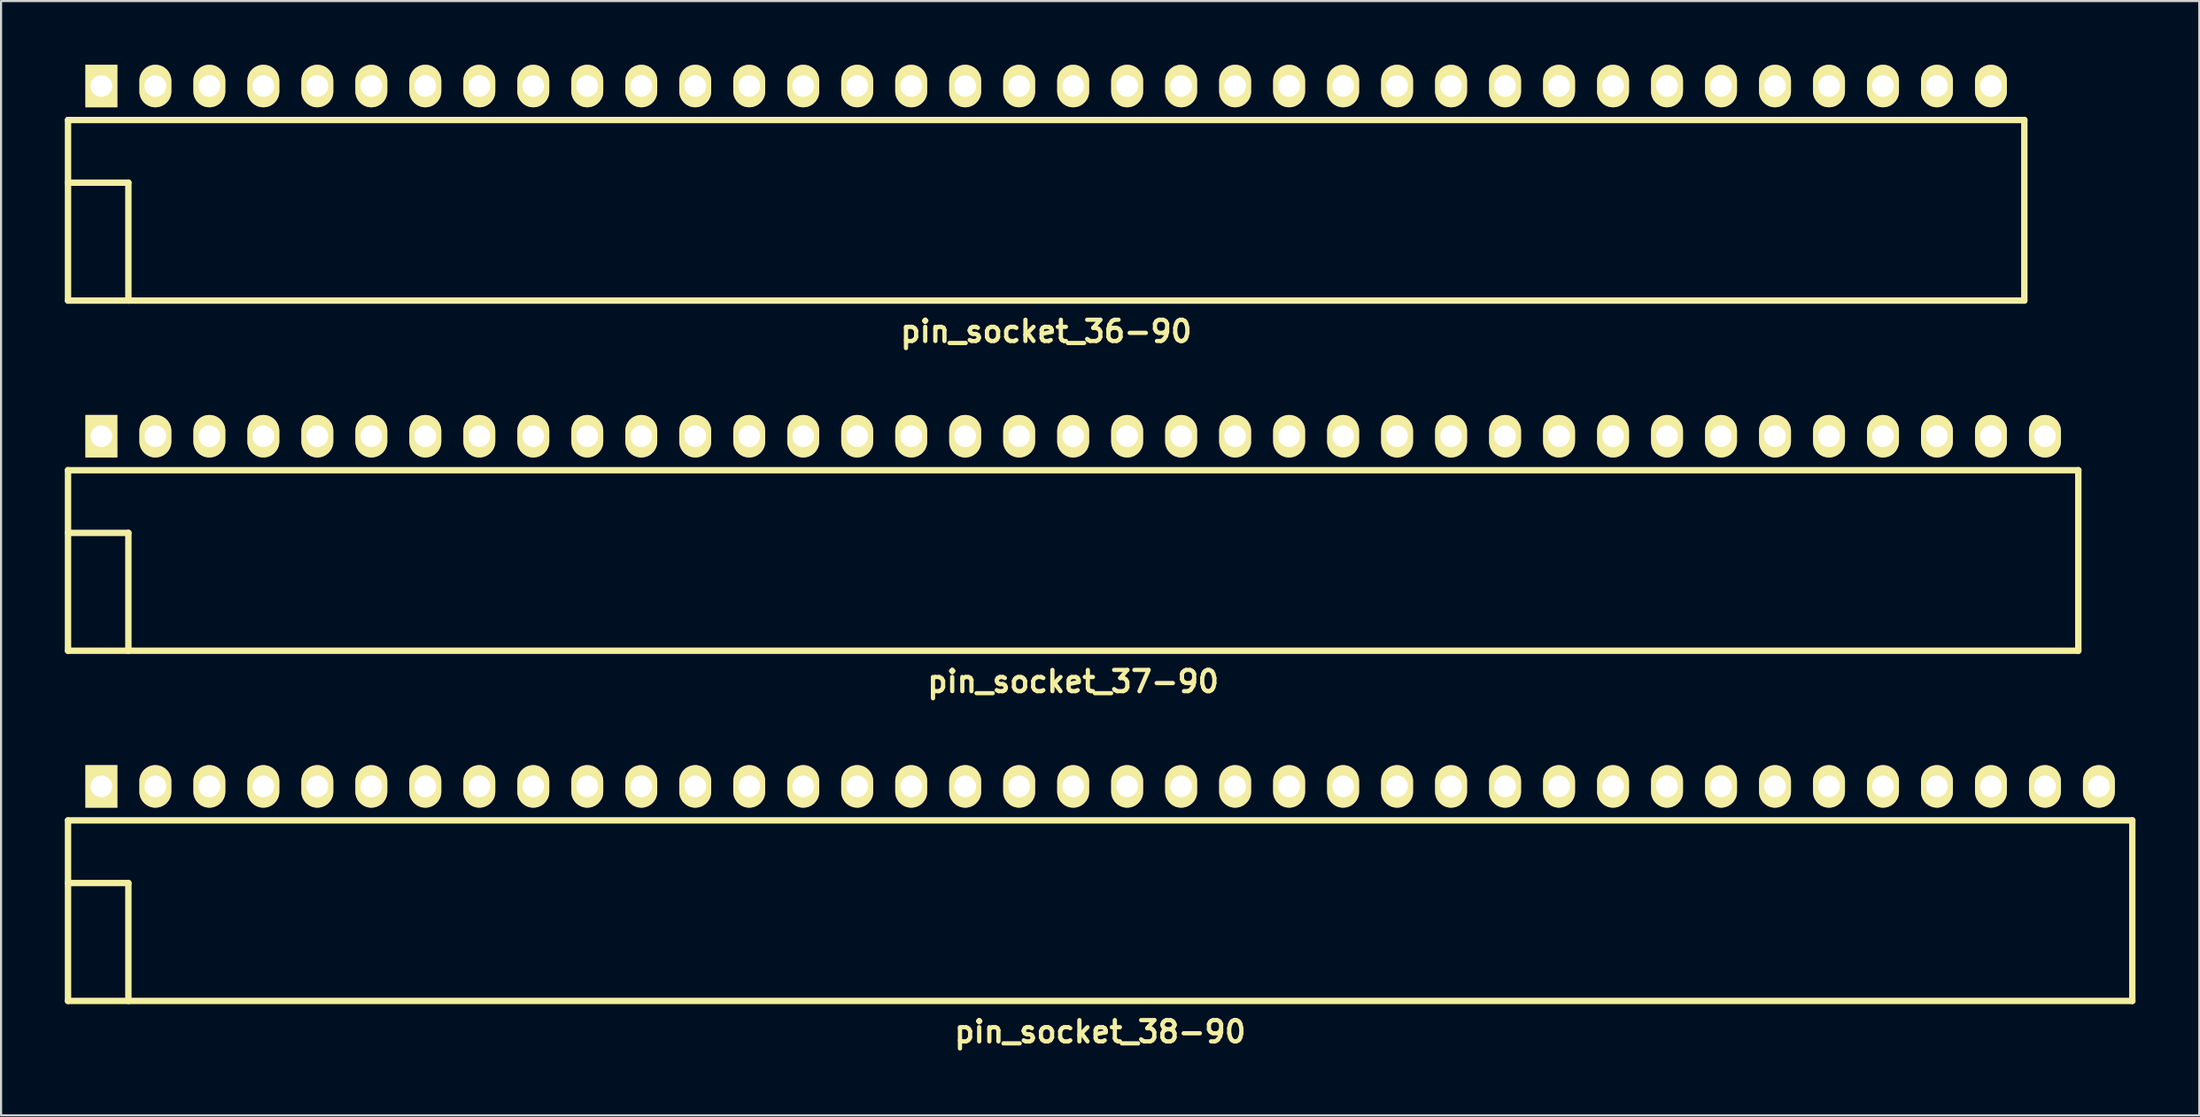
<source format=kicad_pcb>
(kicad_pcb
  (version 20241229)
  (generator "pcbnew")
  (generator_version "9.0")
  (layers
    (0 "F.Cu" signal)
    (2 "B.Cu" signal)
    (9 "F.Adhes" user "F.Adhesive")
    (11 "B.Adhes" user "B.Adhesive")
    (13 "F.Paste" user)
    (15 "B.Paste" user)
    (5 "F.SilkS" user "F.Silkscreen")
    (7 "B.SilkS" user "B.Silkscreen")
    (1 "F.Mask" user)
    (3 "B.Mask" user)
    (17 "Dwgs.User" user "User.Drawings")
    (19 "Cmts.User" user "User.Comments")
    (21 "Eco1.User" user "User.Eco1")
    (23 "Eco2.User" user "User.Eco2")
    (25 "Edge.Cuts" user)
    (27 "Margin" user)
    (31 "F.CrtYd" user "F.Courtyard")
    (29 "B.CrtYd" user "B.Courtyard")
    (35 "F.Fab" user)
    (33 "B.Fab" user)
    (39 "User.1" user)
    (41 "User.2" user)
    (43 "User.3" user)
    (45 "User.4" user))
  (footprint "pin_socket_37-90"
    (layer "F.Cu")
    (at 47.44 22.036)
    (property "Reference" "pin_socket_37-90" (at 0 7 0) (layer "F.SilkS") (effects (font (size 1 1) (thickness 0.2))))
    (attr through_hole)
    (fp_line (start -47.29 -2.95) (end -47.29 5.55) (stroke (width 0.3) (type solid)) (layer "F.SilkS"))
    (fp_line (start -47.29 -2.95) (end 47.29 -2.95) (stroke (width 0.3) (type solid)) (layer "F.SilkS"))
    (fp_line (start -47.29 0) (end -44.45 0) (stroke (width 0.3) (type solid)) (layer "F.SilkS"))
    (fp_line (start -47.29 5.55) (end 47.29 5.55) (stroke (width 0.3) (type solid)) (layer "F.SilkS"))
    (fp_line (start -44.45 0) (end -44.45 5.55) (stroke (width 0.3) (type solid)) (layer "F.SilkS"))
    (fp_line (start 47.29 -2.95) (end 47.29 5.55) (stroke (width 0.3) (type solid)) (layer "F.SilkS"))
    (pad "1" thru_hole rect (at -45.72 -4.55) (size 1.5 2) (drill 1.02) (layers "*.Cu" "*.Mask" "F.SilkS"))
    (pad "2" thru_hole oval (at -43.18 -4.55) (size 1.5 2) (drill 1.02) (layers "*.Cu" "*.Mask" "F.SilkS"))
    (pad "3" thru_hole oval (at -40.64 -4.55) (size 1.5 2) (drill 1.02) (layers "*.Cu" "*.Mask" "F.SilkS"))
    (pad "4" thru_hole oval (at -38.1 -4.55) (size 1.5 2) (drill 1.02) (layers "*.Cu" "*.Mask" "F.SilkS"))
    (pad "5" thru_hole oval (at -35.56 -4.55) (size 1.5 2) (drill 1.02) (layers "*.Cu" "*.Mask" "F.SilkS"))
    (pad "6" thru_hole oval (at -33.02 -4.55) (size 1.5 2) (drill 1.02) (layers "*.Cu" "*.Mask" "F.SilkS"))
    (pad "7" thru_hole oval (at -30.48 -4.55) (size 1.5 2) (drill 1.02) (layers "*.Cu" "*.Mask" "F.SilkS"))
    (pad "8" thru_hole oval (at -27.94 -4.55) (size 1.5 2) (drill 1.02) (layers "*.Cu" "*.Mask" "F.SilkS"))
    (pad "9" thru_hole oval (at -25.4 -4.55) (size 1.5 2) (drill 1.02) (layers "*.Cu" "*.Mask" "F.SilkS"))
    (pad "10" thru_hole oval (at -22.86 -4.55) (size 1.5 2) (drill 1.02) (layers "*.Cu" "*.Mask" "F.SilkS"))
    (pad "12" thru_hole oval (at -17.78 -4.55) (size 1.5 2) (drill 1.02) (layers "*.Cu" "*.Mask" "F.SilkS"))
    (pad "13" thru_hole oval (at -15.24 -4.55) (size 1.5 2) (drill 1.02) (layers "*.Cu" "*.Mask" "F.SilkS"))
    (pad "14" thru_hole oval (at -12.7 -4.55) (size 1.5 2) (drill 1.02) (layers "*.Cu" "*.Mask" "F.SilkS"))
    (pad "15" thru_hole oval (at -10.16 -4.55) (size 1.5 2) (drill 1.02) (layers "*.Cu" "*.Mask" "F.SilkS"))
    (pad "16" thru_hole oval (at -7.62 -4.55) (size 1.5 2) (drill 1.02) (layers "*.Cu" "*.Mask" "F.SilkS"))
    (pad "17" thru_hole oval (at -5.08 -4.55) (size 1.5 2) (drill 1.02) (layers "*.Cu" "*.Mask" "F.SilkS"))
    (pad "18" thru_hole oval (at -2.54 -4.55) (size 1.5 2) (drill 1.02) (layers "*.Cu" "*.Mask" "F.SilkS"))
    (pad "19" thru_hole oval (at 0 -4.55) (size 1.5 2) (drill 1.02) (layers "*.Cu" "*.Mask" "F.SilkS"))
    (pad "20" thru_hole oval (at 2.54 -4.55) (size 1.5 2) (drill 1.02) (layers "*.Cu" "*.Mask" "F.SilkS"))
    (pad "21" thru_hole oval (at 5.08 -4.55) (size 1.5 2) (drill 1.02) (layers "*.Cu" "*.Mask" "F.SilkS"))
    (pad "22" thru_hole oval (at 7.62 -4.55) (size 1.5 2) (drill 1.02) (layers "*.Cu" "*.Mask" "F.SilkS"))
    (pad "23" thru_hole oval (at 10.16 -4.55) (size 1.5 2) (drill 1.02) (layers "*.Cu" "*.Mask" "F.SilkS"))
    (pad "24" thru_hole oval (at 12.7 -4.55) (size 1.5 2) (drill 1.02) (layers "*.Cu" "*.Mask" "F.SilkS"))
    (pad "25" thru_hole oval (at 15.24 -4.55) (size 1.5 2) (drill 1.02) (layers "*.Cu" "*.Mask" "F.SilkS"))
    (pad "26" thru_hole oval (at 17.78 -4.55) (size 1.5 2) (drill 1.02) (layers "*.Cu" "*.Mask" "F.SilkS"))
    (pad "27" thru_hole oval (at 20.32 -4.55) (size 1.5 2) (drill 1.02) (layers "*.Cu" "*.Mask" "F.SilkS"))
    (pad "28" thru_hole oval (at 22.86 -4.55) (size 1.5 2) (drill 1.02) (layers "*.Cu" "*.Mask" "F.SilkS"))
    (pad "29" thru_hole oval (at 25.4 -4.55) (size 1.5 2) (drill 1.02) (layers "*.Cu" "*.Mask" "F.SilkS"))
    (pad "30" thru_hole oval (at 27.94 -4.55) (size 1.5 2) (drill 1.02) (layers "*.Cu" "*.Mask" "F.SilkS"))
    (pad "31" thru_hole oval (at 30.48 -4.55) (size 1.5 2) (drill 1.02) (layers "*.Cu" "*.Mask" "F.SilkS"))
    (pad "32" thru_hole oval (at 33.02 -4.55) (size 1.5 2) (drill 1.02) (layers "*.Cu" "*.Mask" "F.SilkS"))
    (pad "33" thru_hole oval (at 35.56 -4.55) (size 1.5 2) (drill 1.02) (layers "*.Cu" "*.Mask" "F.SilkS"))
    (pad "34" thru_hole oval (at 38.1 -4.55) (size 1.5 2) (drill 1.02) (layers "*.Cu" "*.Mask" "F.SilkS"))
    (pad "35" thru_hole oval (at 40.64 -4.55) (size 1.5 2) (drill 1.02) (layers "*.Cu" "*.Mask" "F.SilkS"))
    (pad "36" thru_hole oval (at 43.18 -4.55) (size 1.5 2) (drill 1.02) (layers "*.Cu" "*.Mask" "F.SilkS"))
    (pad "37" thru_hole oval (at 45.72 -4.55) (size 1.5 2) (drill 1.02) (layers "*.Cu" "*.Mask" "F.SilkS"))
    (pad "1121" thru_hole oval (at -20.32 -4.55) (size 1.5 2) (drill 1.02) (layers "*.Cu" "*.Mask" "F.SilkS")))
  (footprint "pin_socket_38-90"
    (layer "F.Cu")
    (at 48.71 38.522)
    (property "Reference" "pin_socket_38-90" (at 0 7 0) (layer "F.SilkS") (effects (font (size 1 1) (thickness 0.2))))
    (attr through_hole)
    (fp_line (start -48.56 -2.95) (end -48.56 5.55) (stroke (width 0.3) (type solid)) (layer "F.SilkS"))
    (fp_line (start -48.56 -2.95) (end 48.56 -2.95) (stroke (width 0.3) (type solid)) (layer "F.SilkS"))
    (fp_line (start -48.56 0) (end -45.72 0) (stroke (width 0.3) (type solid)) (layer "F.SilkS"))
    (fp_line (start -48.56 5.55) (end 48.56 5.55) (stroke (width 0.3) (type solid)) (layer "F.SilkS"))
    (fp_line (start -45.72 0) (end -45.72 5.55) (stroke (width 0.3) (type solid)) (layer "F.SilkS"))
    (fp_line (start 48.56 -2.95) (end 48.56 5.55) (stroke (width 0.3) (type solid)) (layer "F.SilkS"))
    (pad "1" thru_hole rect (at -46.99 -4.55) (size 1.5 2) (drill 1.02) (layers "*.Cu" "*.Mask" "F.SilkS"))
    (pad "2" thru_hole oval (at -44.45 -4.55) (size 1.5 2) (drill 1.02) (layers "*.Cu" "*.Mask" "F.SilkS"))
    (pad "3" thru_hole oval (at -41.91 -4.55) (size 1.5 2) (drill 1.02) (layers "*.Cu" "*.Mask" "F.SilkS"))
    (pad "4" thru_hole oval (at -39.37 -4.55) (size 1.5 2) (drill 1.02) (layers "*.Cu" "*.Mask" "F.SilkS"))
    (pad "5" thru_hole oval (at -36.83 -4.55) (size 1.5 2) (drill 1.02) (layers "*.Cu" "*.Mask" "F.SilkS"))
    (pad "6" thru_hole oval (at -34.29 -4.55) (size 1.5 2) (drill 1.02) (layers "*.Cu" "*.Mask" "F.SilkS"))
    (pad "7" thru_hole oval (at -31.75 -4.55) (size 1.5 2) (drill 1.02) (layers "*.Cu" "*.Mask" "F.SilkS"))
    (pad "8" thru_hole oval (at -29.21 -4.55) (size 1.5 2) (drill 1.02) (layers "*.Cu" "*.Mask" "F.SilkS"))
    (pad "9" thru_hole oval (at -26.67 -4.55) (size 1.5 2) (drill 1.02) (layers "*.Cu" "*.Mask" "F.SilkS"))
    (pad "10" thru_hole oval (at -24.13 -4.55) (size 1.5 2) (drill 1.02) (layers "*.Cu" "*.Mask" "F.SilkS"))
    (pad "12" thru_hole oval (at -19.05 -4.55) (size 1.5 2) (drill 1.02) (layers "*.Cu" "*.Mask" "F.SilkS"))
    (pad "13" thru_hole oval (at -16.51 -4.55) (size 1.5 2) (drill 1.02) (layers "*.Cu" "*.Mask" "F.SilkS"))
    (pad "14" thru_hole oval (at -13.97 -4.55) (size 1.5 2) (drill 1.02) (layers "*.Cu" "*.Mask" "F.SilkS"))
    (pad "15" thru_hole oval (at -11.43 -4.55) (size 1.5 2) (drill 1.02) (layers "*.Cu" "*.Mask" "F.SilkS"))
    (pad "16" thru_hole oval (at -8.89 -4.55) (size 1.5 2) (drill 1.02) (layers "*.Cu" "*.Mask" "F.SilkS"))
    (pad "17" thru_hole oval (at -6.35 -4.55) (size 1.5 2) (drill 1.02) (layers "*.Cu" "*.Mask" "F.SilkS"))
    (pad "18" thru_hole oval (at -3.81 -4.55) (size 1.5 2) (drill 1.02) (layers "*.Cu" "*.Mask" "F.SilkS"))
    (pad "19" thru_hole oval (at -1.27 -4.55) (size 1.5 2) (drill 1.02) (layers "*.Cu" "*.Mask" "F.SilkS"))
    (pad "20" thru_hole oval (at 1.27 -4.55) (size 1.5 2) (drill 1.02) (layers "*.Cu" "*.Mask" "F.SilkS"))
    (pad "21" thru_hole oval (at 3.81 -4.55) (size 1.5 2) (drill 1.02) (layers "*.Cu" "*.Mask" "F.SilkS"))
    (pad "22" thru_hole oval (at 6.35 -4.55) (size 1.5 2) (drill 1.02) (layers "*.Cu" "*.Mask" "F.SilkS"))
    (pad "23" thru_hole oval (at 8.89 -4.55) (size 1.5 2) (drill 1.02) (layers "*.Cu" "*.Mask" "F.SilkS"))
    (pad "24" thru_hole oval (at 11.43 -4.55) (size 1.5 2) (drill 1.02) (layers "*.Cu" "*.Mask" "F.SilkS"))
    (pad "25" thru_hole oval (at 13.97 -4.55) (size 1.5 2) (drill 1.02) (layers "*.Cu" "*.Mask" "F.SilkS"))
    (pad "26" thru_hole oval (at 16.51 -4.55) (size 1.5 2) (drill 1.02) (layers "*.Cu" "*.Mask" "F.SilkS"))
    (pad "27" thru_hole oval (at 19.05 -4.55) (size 1.5 2) (drill 1.02) (layers "*.Cu" "*.Mask" "F.SilkS"))
    (pad "28" thru_hole oval (at 21.59 -4.55) (size 1.5 2) (drill 1.02) (layers "*.Cu" "*.Mask" "F.SilkS"))
    (pad "29" thru_hole oval (at 24.13 -4.55) (size 1.5 2) (drill 1.02) (layers "*.Cu" "*.Mask" "F.SilkS"))
    (pad "30" thru_hole oval (at 26.67 -4.55) (size 1.5 2) (drill 1.02) (layers "*.Cu" "*.Mask" "F.SilkS"))
    (pad "31" thru_hole oval (at 29.21 -4.55) (size 1.5 2) (drill 1.02) (layers "*.Cu" "*.Mask" "F.SilkS"))
    (pad "32" thru_hole oval (at 31.75 -4.55) (size 1.5 2) (drill 1.02) (layers "*.Cu" "*.Mask" "F.SilkS"))
    (pad "33" thru_hole oval (at 34.29 -4.55) (size 1.5 2) (drill 1.02) (layers "*.Cu" "*.Mask" "F.SilkS"))
    (pad "34" thru_hole oval (at 36.83 -4.55) (size 1.5 2) (drill 1.02) (layers "*.Cu" "*.Mask" "F.SilkS"))
    (pad "35" thru_hole oval (at 39.37 -4.55) (size 1.5 2) (drill 1.02) (layers "*.Cu" "*.Mask" "F.SilkS"))
    (pad "36" thru_hole oval (at 41.91 -4.55) (size 1.5 2) (drill 1.02) (layers "*.Cu" "*.Mask" "F.SilkS"))
    (pad "37" thru_hole oval (at 44.45 -4.55) (size 1.5 2) (drill 1.02) (layers "*.Cu" "*.Mask" "F.SilkS"))
    (pad "38" thru_hole oval (at 46.99 -4.55) (size 1.5 2) (drill 1.02) (layers "*.Cu" "*.Mask" "F.SilkS"))
    (pad "1121" thru_hole oval (at -21.59 -4.55) (size 1.5 2) (drill 1.02) (layers "*.Cu" "*.Mask" "F.SilkS")))
  (footprint "pin_socket_36-90"
    (layer "F.Cu")
    (at 46.17 5.55)
    (property "Reference" "pin_socket_36-90" (at 0 7 0) (layer "F.SilkS") (effects (font (size 1 1) (thickness 0.2))))
    (attr through_hole)
    (fp_line (start -46.02 -2.95) (end -46.02 5.55) (stroke (width 0.3) (type solid)) (layer "F.SilkS"))
    (fp_line (start -46.02 -2.95) (end 46.02 -2.95) (stroke (width 0.3) (type solid)) (layer "F.SilkS"))
    (fp_line (start -46.02 0) (end -43.18 0) (stroke (width 0.3) (type solid)) (layer "F.SilkS"))
    (fp_line (start -46.02 5.55) (end 46.02 5.55) (stroke (width 0.3) (type solid)) (layer "F.SilkS"))
    (fp_line (start -43.18 0) (end -43.18 5.55) (stroke (width 0.3) (type solid)) (layer "F.SilkS"))
    (fp_line (start 46.02 -2.95) (end 46.02 5.55) (stroke (width 0.3) (type solid)) (layer "F.SilkS"))
    (pad "1" thru_hole rect (at -44.45 -4.55) (size 1.5 2) (drill 1.02) (layers "*.Cu" "*.Mask" "F.SilkS"))
    (pad "2" thru_hole oval (at -41.91 -4.55) (size 1.5 2) (drill 1.02) (layers "*.Cu" "*.Mask" "F.SilkS"))
    (pad "3" thru_hole oval (at -39.37 -4.55) (size 1.5 2) (drill 1.02) (layers "*.Cu" "*.Mask" "F.SilkS"))
    (pad "4" thru_hole oval (at -36.83 -4.55) (size 1.5 2) (drill 1.02) (layers "*.Cu" "*.Mask" "F.SilkS"))
    (pad "5" thru_hole oval (at -34.29 -4.55) (size 1.5 2) (drill 1.02) (layers "*.Cu" "*.Mask" "F.SilkS"))
    (pad "6" thru_hole oval (at -31.75 -4.55) (size 1.5 2) (drill 1.02) (layers "*.Cu" "*.Mask" "F.SilkS"))
    (pad "7" thru_hole oval (at -29.21 -4.55) (size 1.5 2) (drill 1.02) (layers "*.Cu" "*.Mask" "F.SilkS"))
    (pad "8" thru_hole oval (at -26.67 -4.55) (size 1.5 2) (drill 1.02) (layers "*.Cu" "*.Mask" "F.SilkS"))
    (pad "9" thru_hole oval (at -24.13 -4.55) (size 1.5 2) (drill 1.02) (layers "*.Cu" "*.Mask" "F.SilkS"))
    (pad "10" thru_hole oval (at -21.59 -4.55) (size 1.5 2) (drill 1.02) (layers "*.Cu" "*.Mask" "F.SilkS"))
    (pad "12" thru_hole oval (at -16.51 -4.55) (size 1.5 2) (drill 1.02) (layers "*.Cu" "*.Mask" "F.SilkS"))
    (pad "13" thru_hole oval (at -13.97 -4.55) (size 1.5 2) (drill 1.02) (layers "*.Cu" "*.Mask" "F.SilkS"))
    (pad "14" thru_hole oval (at -11.43 -4.55) (size 1.5 2) (drill 1.02) (layers "*.Cu" "*.Mask" "F.SilkS"))
    (pad "15" thru_hole oval (at -8.89 -4.55) (size 1.5 2) (drill 1.02) (layers "*.Cu" "*.Mask" "F.SilkS"))
    (pad "16" thru_hole oval (at -6.35 -4.55) (size 1.5 2) (drill 1.02) (layers "*.Cu" "*.Mask" "F.SilkS"))
    (pad "17" thru_hole oval (at -3.81 -4.55) (size 1.5 2) (drill 1.02) (layers "*.Cu" "*.Mask" "F.SilkS"))
    (pad "18" thru_hole oval (at -1.27 -4.55) (size 1.5 2) (drill 1.02) (layers "*.Cu" "*.Mask" "F.SilkS"))
    (pad "19" thru_hole oval (at 1.27 -4.55) (size 1.5 2) (drill 1.02) (layers "*.Cu" "*.Mask" "F.SilkS"))
    (pad "20" thru_hole oval (at 3.81 -4.55) (size 1.5 2) (drill 1.02) (layers "*.Cu" "*.Mask" "F.SilkS"))
    (pad "21" thru_hole oval (at 6.35 -4.55) (size 1.5 2) (drill 1.02) (layers "*.Cu" "*.Mask" "F.SilkS"))
    (pad "22" thru_hole oval (at 8.89 -4.55) (size 1.5 2) (drill 1.02) (layers "*.Cu" "*.Mask" "F.SilkS"))
    (pad "23" thru_hole oval (at 11.43 -4.55) (size 1.5 2) (drill 1.02) (layers "*.Cu" "*.Mask" "F.SilkS"))
    (pad "24" thru_hole oval (at 13.97 -4.55) (size 1.5 2) (drill 1.02) (layers "*.Cu" "*.Mask" "F.SilkS"))
    (pad "25" thru_hole oval (at 16.51 -4.55) (size 1.5 2) (drill 1.02) (layers "*.Cu" "*.Mask" "F.SilkS"))
    (pad "26" thru_hole oval (at 19.05 -4.55) (size 1.5 2) (drill 1.02) (layers "*.Cu" "*.Mask" "F.SilkS"))
    (pad "27" thru_hole oval (at 21.59 -4.55) (size 1.5 2) (drill 1.02) (layers "*.Cu" "*.Mask" "F.SilkS"))
    (pad "28" thru_hole oval (at 24.13 -4.55) (size 1.5 2) (drill 1.02) (layers "*.Cu" "*.Mask" "F.SilkS"))
    (pad "29" thru_hole oval (at 26.67 -4.55) (size 1.5 2) (drill 1.02) (layers "*.Cu" "*.Mask" "F.SilkS"))
    (pad "30" thru_hole oval (at 29.21 -4.55) (size 1.5 2) (drill 1.02) (layers "*.Cu" "*.Mask" "F.SilkS"))
    (pad "31" thru_hole oval (at 31.75 -4.55) (size 1.5 2) (drill 1.02) (layers "*.Cu" "*.Mask" "F.SilkS"))
    (pad "32" thru_hole oval (at 34.29 -4.55) (size 1.5 2) (drill 1.02) (layers "*.Cu" "*.Mask" "F.SilkS"))
    (pad "33" thru_hole oval (at 36.83 -4.55) (size 1.5 2) (drill 1.02) (layers "*.Cu" "*.Mask" "F.SilkS"))
    (pad "34" thru_hole oval (at 39.37 -4.55) (size 1.5 2) (drill 1.02) (layers "*.Cu" "*.Mask" "F.SilkS"))
    (pad "35" thru_hole oval (at 41.91 -4.55) (size 1.5 2) (drill 1.02) (layers "*.Cu" "*.Mask" "F.SilkS"))
    (pad "36" thru_hole oval (at 44.45 -4.55) (size 1.5 2) (drill 1.02) (layers "*.Cu" "*.Mask" "F.SilkS"))
    (pad "1121" thru_hole oval (at -19.05 -4.55) (size 1.5 2) (drill 1.02) (layers "*.Cu" "*.Mask" "F.SilkS")))
  (gr_rect
    (start -3 -3)
    (end 100.42 49.458)
    (stroke (width 0.1) (type default))
    (fill no)
    (layer "Edge.Cuts")))
</source>
